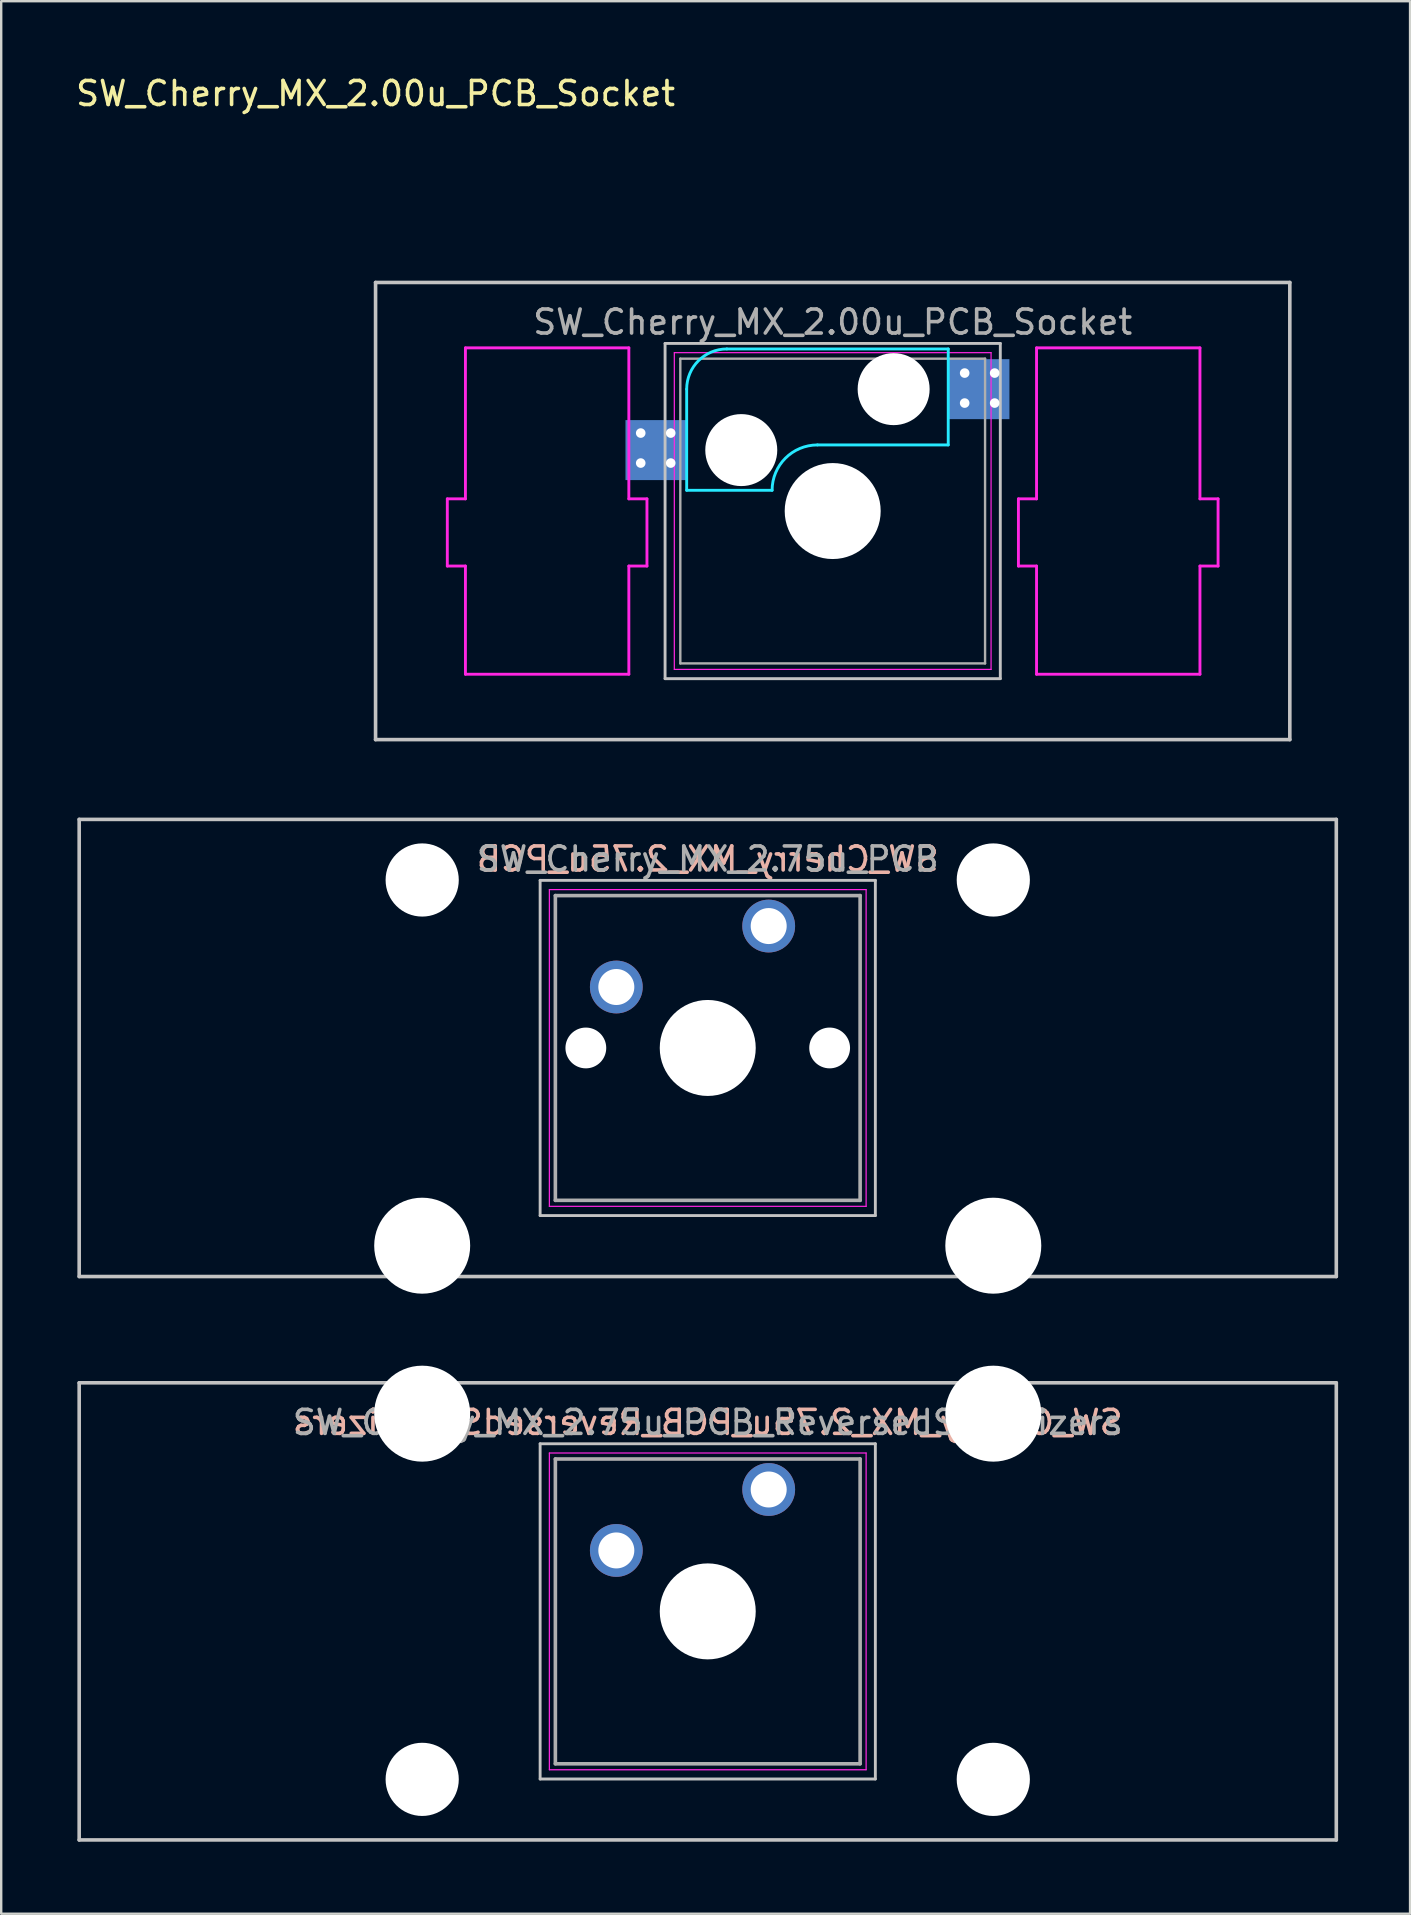
<source format=kicad_pcb>
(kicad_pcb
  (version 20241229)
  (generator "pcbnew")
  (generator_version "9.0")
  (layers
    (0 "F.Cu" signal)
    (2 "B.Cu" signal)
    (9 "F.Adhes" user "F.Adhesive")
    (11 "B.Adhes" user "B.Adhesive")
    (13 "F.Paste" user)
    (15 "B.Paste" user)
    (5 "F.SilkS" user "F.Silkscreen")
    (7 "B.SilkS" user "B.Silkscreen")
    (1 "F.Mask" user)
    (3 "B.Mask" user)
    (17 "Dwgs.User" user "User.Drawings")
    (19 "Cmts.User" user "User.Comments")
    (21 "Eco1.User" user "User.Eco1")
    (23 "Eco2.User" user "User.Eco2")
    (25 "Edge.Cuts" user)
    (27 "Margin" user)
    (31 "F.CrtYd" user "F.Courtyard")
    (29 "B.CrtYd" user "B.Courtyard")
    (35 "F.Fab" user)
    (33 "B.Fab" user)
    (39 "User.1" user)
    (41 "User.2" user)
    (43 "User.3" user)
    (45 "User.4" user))
  (footprint "SW_Cherry_MX_2.75u_PCB_ReversedStabilizers"
    (layer "F.Cu")
    (at 0.25 54.577)
    (property "Reference" "SW_Cherry_MX_2.75u_PCB_ReversedStabilizers" (at 26.194 1.651 0) (layer "B.SilkS") (effects (font (size 1 1) (thickness 0.15)) (justify mirror)))
    (attr through_hole)
    (fp_line (start 0 0) (end 52.388 0) (stroke (width 0.15) (type solid)) (layer "Dwgs.User"))
    (fp_line (start 0 19.05) (end 0 0) (stroke (width 0.15) (type solid)) (layer "Dwgs.User"))
    (fp_line (start 19.209 2.54) (end 33.179 2.54) (stroke (width 0.12) (type solid)) (layer "Dwgs.User"))
    (fp_line (start 19.209 16.51) (end 19.209 2.54) (stroke (width 0.12) (type solid)) (layer "Dwgs.User"))
    (fp_line (start 33.179 2.54) (end 33.179 16.51) (stroke (width 0.12) (type solid)) (layer "Dwgs.User"))
    (fp_line (start 33.179 16.51) (end 19.209 16.51) (stroke (width 0.12) (type solid)) (layer "Dwgs.User"))
    (fp_line (start 52.388 0) (end 52.388 19.05) (stroke (width 0.15) (type solid)) (layer "Dwgs.User"))
    (fp_line (start 52.388 19.05) (end 0 19.05) (stroke (width 0.15) (type solid)) (layer "Dwgs.User"))
    (fp_line (start 19.594 2.925) (end 32.794 2.925) (stroke (width 0.05) (type solid)) (layer "F.CrtYd"))
    (fp_line (start 19.594 16.125) (end 19.594 2.925) (stroke (width 0.05) (type solid)) (layer "F.CrtYd"))
    (fp_line (start 32.794 2.925) (end 32.794 16.125) (stroke (width 0.05) (type solid)) (layer "F.CrtYd"))
    (fp_line (start 32.794 16.125) (end 19.594 16.125) (stroke (width 0.05) (type solid)) (layer "F.CrtYd"))
    (fp_line (start 19.844 3.175) (end 32.544 3.175) (stroke (width 0.15) (type solid)) (layer "F.Fab"))
    (fp_line (start 19.844 15.875) (end 19.844 3.175) (stroke (width 0.15) (type solid)) (layer "F.Fab"))
    (fp_line (start 32.544 3.175) (end 32.544 15.875) (stroke (width 0.15) (type solid)) (layer "F.Fab"))
    (fp_line (start 32.544 15.875) (end 19.844 15.875) (stroke (width 0.15) (type solid)) (layer "F.Fab"))
    (fp_text user "${REFERENCE}" (at 26.194 1.651 0) (layer "F.Fab") (effects (font (size 1 1) (thickness 0.15))))
    (pad "" np_thru_hole circle (at 14.294 1.285) (size 4 4) (drill 4) (layers "*.Cu" "*.Mask"))
    (pad "" np_thru_hole circle (at 14.294 16.525) (size 3.05 3.05) (drill 3.05) (layers "*.Cu" "*.Mask"))
    (pad "" np_thru_hole circle (at 26.194 9.525) (size 4 4) (drill 4) (layers "*.Cu" "*.Mask"))
    (pad "" np_thru_hole circle (at 38.094 1.285) (size 4 4) (drill 4) (layers "*.Cu" "*.Mask"))
    (pad "" np_thru_hole circle (at 38.094 16.525) (size 3.05 3.05) (drill 3.05) (layers "*.Cu" "*.Mask"))
    (pad "1" thru_hole circle (at 28.734 4.445) (size 2.2 2.2) (drill 1.5) (layers "*.Cu" "*.Mask"))
    (pad "2" thru_hole circle (at 22.384 6.985) (size 2.2 2.2) (drill 1.5) (layers "*.Cu" "*.Mask")))
  (footprint "SW_Cherry_MX_2.00u_PCB_Socket"
    (layer "F.Cu")
    (at 31.651 18.247)
    (property "Reference" "SW_Cherry_MX_2.00u_PCB_Socket" (at -19.05 -17.399 0) (layer "F.SilkS") (effects (font (size 1 1) (thickness 0.15))))
    (attr through_hole)
    (fp_line (start -19.05 -9.525) (end 19.05 -9.525) (stroke (width 0.15) (type solid)) (layer "Dwgs.User"))
    (fp_line (start -19.05 9.525) (end -19.05 -9.525) (stroke (width 0.15) (type solid)) (layer "Dwgs.User"))
    (fp_line (start -6.985 -6.985) (end 6.985 -6.985) (stroke (width 0.12) (type solid)) (layer "Dwgs.User"))
    (fp_line (start -6.985 6.985) (end -6.985 -6.985) (stroke (width 0.12) (type solid)) (layer "Dwgs.User"))
    (fp_line (start 6.985 -6.985) (end 6.985 6.985) (stroke (width 0.12) (type solid)) (layer "Dwgs.User"))
    (fp_line (start 6.985 6.985) (end -6.985 6.985) (stroke (width 0.12) (type solid)) (layer "Dwgs.User"))
    (fp_line (start 19.05 -9.525) (end 19.05 9.525) (stroke (width 0.15) (type solid)) (layer "Dwgs.User"))
    (fp_line (start 19.05 9.525) (end -19.05 9.525) (stroke (width 0.15) (type solid)) (layer "Dwgs.User"))
    (fp_line (start -6.085 -5.08) (end -6.085 -0.865) (stroke (width 0.12) (type solid)) (layer "B.CrtYd"))
    (fp_line (start -6.085 -0.865) (end -2.525 -0.865) (stroke (width 0.12) (type solid)) (layer "B.CrtYd"))
    (fp_line (start -4.41 -6.755) (end 4.815 -6.755) (stroke (width 0.12) (type solid)) (layer "B.CrtYd"))
    (fp_line (start 4.815 -2.755) (end -0.635 -2.755) (stroke (width 0.12) (type solid)) (layer "B.CrtYd"))
    (fp_line (start 4.815 -2.755) (end 4.815 -6.755) (stroke (width 0.12) (type solid)) (layer "B.CrtYd"))
    (fp_arc (start -6.085 -5.08) (mid -5.594404 -6.264404) (end -4.41 -6.755) (stroke (width 0.12) (type solid)) (layer "B.CrtYd"))
    (fp_arc (start -2.525 -0.865) (mid -1.971432 -2.201432) (end -0.635 -2.755) (stroke (width 0.12) (type solid)) (layer "B.CrtYd"))
    (fp_line (start -16.06 -0.508) (end -16.06 2.292) (stroke (width 0.12) (type solid)) (layer "F.CrtYd"))
    (fp_line (start -16.06 -0.508) (end -15.305 -0.508) (stroke (width 0.12) (type solid)) (layer "F.CrtYd"))
    (fp_line (start -15.305 -6.8) (end -8.495 -6.8) (stroke (width 0.12) (type solid)) (layer "F.CrtYd"))
    (fp_line (start -15.305 -0.508) (end -15.305 -6.8) (stroke (width 0.12) (type solid)) (layer "F.CrtYd"))
    (fp_line (start -15.305 2.292) (end -16.06 2.292) (stroke (width 0.12) (type solid)) (layer "F.CrtYd"))
    (fp_line (start -15.305 2.292) (end -15.305 6.8) (stroke (width 0.12) (type solid)) (layer "F.CrtYd"))
    (fp_line (start -8.495 -6.8) (end -8.495 -0.508) (stroke (width 0.12) (type solid)) (layer "F.CrtYd"))
    (fp_line (start -8.495 -0.508) (end -7.74 -0.508) (stroke (width 0.12) (type solid)) (layer "F.CrtYd"))
    (fp_line (start -8.495 2.292) (end -7.74 2.292) (stroke (width 0.12) (type solid)) (layer "F.CrtYd"))
    (fp_line (start -8.495 6.8) (end -15.305 6.8) (stroke (width 0.12) (type solid)) (layer "F.CrtYd"))
    (fp_line (start -8.495 6.8) (end -8.495 2.292) (stroke (width 0.12) (type solid)) (layer "F.CrtYd"))
    (fp_line (start -7.74 2.292) (end -7.74 -0.508) (stroke (width 0.12) (type solid)) (layer "F.CrtYd"))
    (fp_line (start -6.6 -6.6) (end 6.6 -6.6) (stroke (width 0.05) (type solid)) (layer "F.CrtYd"))
    (fp_line (start -6.6 6.6) (end -6.6 -6.6) (stroke (width 0.05) (type solid)) (layer "F.CrtYd"))
    (fp_line (start 6.6 -6.6) (end 6.6 6.6) (stroke (width 0.05) (type solid)) (layer "F.CrtYd"))
    (fp_line (start 6.6 6.6) (end -6.6 6.6) (stroke (width 0.05) (type solid)) (layer "F.CrtYd"))
    (fp_line (start 7.74 -0.508) (end 7.74 2.292) (stroke (width 0.12) (type solid)) (layer "F.CrtYd"))
    (fp_line (start 7.74 -0.508) (end 8.495 -0.508) (stroke (width 0.12) (type solid)) (layer "F.CrtYd"))
    (fp_line (start 8.495 -6.8) (end 15.305 -6.8) (stroke (width 0.12) (type solid)) (layer "F.CrtYd"))
    (fp_line (start 8.495 -0.508) (end 8.495 -6.8) (stroke (width 0.12) (type solid)) (layer "F.CrtYd"))
    (fp_line (start 8.495 2.292) (end 7.74 2.292) (stroke (width 0.12) (type solid)) (layer "F.CrtYd"))
    (fp_line (start 8.495 2.292) (end 8.495 6.8) (stroke (width 0.12) (type solid)) (layer "F.CrtYd"))
    (fp_line (start 15.305 -6.8) (end 15.305 -0.508) (stroke (width 0.12) (type solid)) (layer "F.CrtYd"))
    (fp_line (start 15.305 -0.508) (end 16.06 -0.508) (stroke (width 0.12) (type solid)) (layer "F.CrtYd"))
    (fp_line (start 15.305 2.292) (end 16.06 2.292) (stroke (width 0.12) (type solid)) (layer "F.CrtYd"))
    (fp_line (start 15.305 6.8) (end 8.495 6.8) (stroke (width 0.12) (type solid)) (layer "F.CrtYd"))
    (fp_line (start 15.305 6.8) (end 15.305 2.292) (stroke (width 0.12) (type solid)) (layer "F.CrtYd"))
    (fp_line (start 16.06 2.292) (end 16.06 -0.508) (stroke (width 0.12) (type solid)) (layer "F.CrtYd"))
    (fp_line (start -6.35 -6.35) (end 6.35 -6.35) (stroke (width 0.1) (type solid)) (layer "F.Fab"))
    (fp_line (start -6.35 6.35) (end -6.35 -6.35) (stroke (width 0.1) (type solid)) (layer "F.Fab"))
    (fp_line (start 6.35 -6.35) (end 6.35 6.35) (stroke (width 0.1) (type solid)) (layer "F.Fab"))
    (fp_line (start 6.35 6.35) (end -6.35 6.35) (stroke (width 0.1) (type solid)) (layer "F.Fab"))
    (fp_text user "${REFERENCE}" (at 0 -7.874 0) (layer "F.Fab") (effects (font (size 1 1) (thickness 0.15))))
    (pad "" np_thru_hole circle (at -3.81 -2.54) (size 3 3) (drill 3) (layers "*.Cu" "*.Mask"))
    (pad "" np_thru_hole circle (at 0 0) (size 4 4) (drill 4) (layers "*.Cu" "*.Mask"))
    (pad "" np_thru_hole circle (at 2.54 -5.08) (size 3 3) (drill 3) (layers "*.Cu" "*.Mask"))
    (pad "1" thru_hole circle (at 5.5 -5.75) (size 0.8 0.8) (drill 0.4) (layers "*.Cu" "*.Mask"))
    (pad "1" thru_hole circle (at 5.5 -4.5) (size 0.8 0.8) (drill 0.4) (layers "*.Cu" "*.Mask"))
    (pad "1" smd rect (at 6.09 -5.08) (size 2.55 2.5) (layers "B.Cu" "B.Mask" "B.Paste"))
    (pad "1" thru_hole circle (at 6.75 -5.75) (size 0.8 0.8) (drill 0.4) (layers "*.Cu" "*.Mask"))
    (pad "1" thru_hole circle (at 6.75 -4.5) (size 0.8 0.8) (drill 0.4) (layers "*.Cu" "*.Mask"))
    (pad "2" thru_hole circle (at -8 -3.25) (size 0.8 0.8) (drill 0.4) (layers "*.Cu" "*.Mask"))
    (pad "2" thru_hole circle (at -8 -2) (size 0.8 0.8) (drill 0.4) (layers "*.Cu" "*.Mask"))
    (pad "2" smd rect (at -7.36 -2.54) (size 2.55 2.5) (layers "B.Cu" "B.Mask" "B.Paste"))
    (pad "2" thru_hole circle (at -6.75 -3.25) (size 0.8 0.8) (drill 0.4) (layers "*.Cu" "*.Mask"))
    (pad "2" thru_hole circle (at -6.75 -2) (size 0.8 0.8) (drill 0.4) (layers "*.Cu" "*.Mask")))
  (footprint "SW_Cherry_MX_2.75u_PCB"
    (layer "F.Cu")
    (at 0.25 31.097)
    (property "Reference" "SW_Cherry_MX_2.75u_PCB" (at 26.194 1.651 0) (layer "B.SilkS") (effects (font (size 1 1) (thickness 0.15)) (justify mirror)))
    (attr through_hole)
    (fp_line (start 0 0) (end 52.388 0) (stroke (width 0.15) (type solid)) (layer "Dwgs.User"))
    (fp_line (start 0 19.05) (end 0 0) (stroke (width 0.15) (type solid)) (layer "Dwgs.User"))
    (fp_line (start 19.209 2.54) (end 33.179 2.54) (stroke (width 0.12) (type solid)) (layer "Dwgs.User"))
    (fp_line (start 19.209 16.51) (end 19.209 2.54) (stroke (width 0.12) (type solid)) (layer "Dwgs.User"))
    (fp_line (start 33.179 2.54) (end 33.179 16.51) (stroke (width 0.12) (type solid)) (layer "Dwgs.User"))
    (fp_line (start 33.179 16.51) (end 19.209 16.51) (stroke (width 0.12) (type solid)) (layer "Dwgs.User"))
    (fp_line (start 52.388 0) (end 52.388 19.05) (stroke (width 0.15) (type solid)) (layer "Dwgs.User"))
    (fp_line (start 52.388 19.05) (end 0 19.05) (stroke (width 0.15) (type solid)) (layer "Dwgs.User"))
    (fp_line (start 19.594 2.925) (end 32.794 2.925) (stroke (width 0.05) (type solid)) (layer "F.CrtYd"))
    (fp_line (start 19.594 16.125) (end 19.594 2.925) (stroke (width 0.05) (type solid)) (layer "F.CrtYd"))
    (fp_line (start 32.794 2.925) (end 32.794 16.125) (stroke (width 0.05) (type solid)) (layer "F.CrtYd"))
    (fp_line (start 32.794 16.125) (end 19.594 16.125) (stroke (width 0.05) (type solid)) (layer "F.CrtYd"))
    (fp_line (start 19.844 3.175) (end 32.544 3.175) (stroke (width 0.15) (type solid)) (layer "F.Fab"))
    (fp_line (start 19.844 15.875) (end 19.844 3.175) (stroke (width 0.15) (type solid)) (layer "F.Fab"))
    (fp_line (start 32.544 3.175) (end 32.544 15.875) (stroke (width 0.15) (type solid)) (layer "F.Fab"))
    (fp_line (start 32.544 15.875) (end 19.844 15.875) (stroke (width 0.15) (type solid)) (layer "F.Fab"))
    (fp_text user "${REFERENCE}" (at 26.194 1.651 0) (layer "F.Fab") (effects (font (size 1 1) (thickness 0.15))))
    (pad "" np_thru_hole circle (at 14.294 2.525) (size 3.05 3.05) (drill 3.05) (layers "*.Cu" "*.Mask"))
    (pad "" np_thru_hole circle (at 14.294 17.765) (size 4 4) (drill 4) (layers "*.Cu" "*.Mask"))
    (pad "" np_thru_hole circle (at 21.114 9.525) (size 1.7 1.7) (drill 1.7) (layers "*.Cu" "*.Mask"))
    (pad "" np_thru_hole circle (at 26.194 9.525) (size 4 4) (drill 4) (layers "*.Cu" "*.Mask"))
    (pad "" np_thru_hole circle (at 31.274 9.525) (size 1.7 1.7) (drill 1.7) (layers "*.Cu" "*.Mask"))
    (pad "" np_thru_hole circle (at 38.094 2.525) (size 3.05 3.05) (drill 3.05) (layers "*.Cu" "*.Mask"))
    (pad "" np_thru_hole circle (at 38.094 17.765) (size 4 4) (drill 4) (layers "*.Cu" "*.Mask"))
    (pad "1" thru_hole circle (at 28.734 4.445) (size 2.2 2.2) (drill 1.5) (layers "*.Cu" "*.Mask"))
    (pad "2" thru_hole circle (at 22.384 6.985) (size 2.2 2.2) (drill 1.5) (layers "*.Cu" "*.Mask")))
  (gr_rect
    (start -3 -3)
    (end 55.712 76.702)
    (stroke (width 0.1) (type default))
    (fill no)
    (layer "Edge.Cuts")))
</source>
